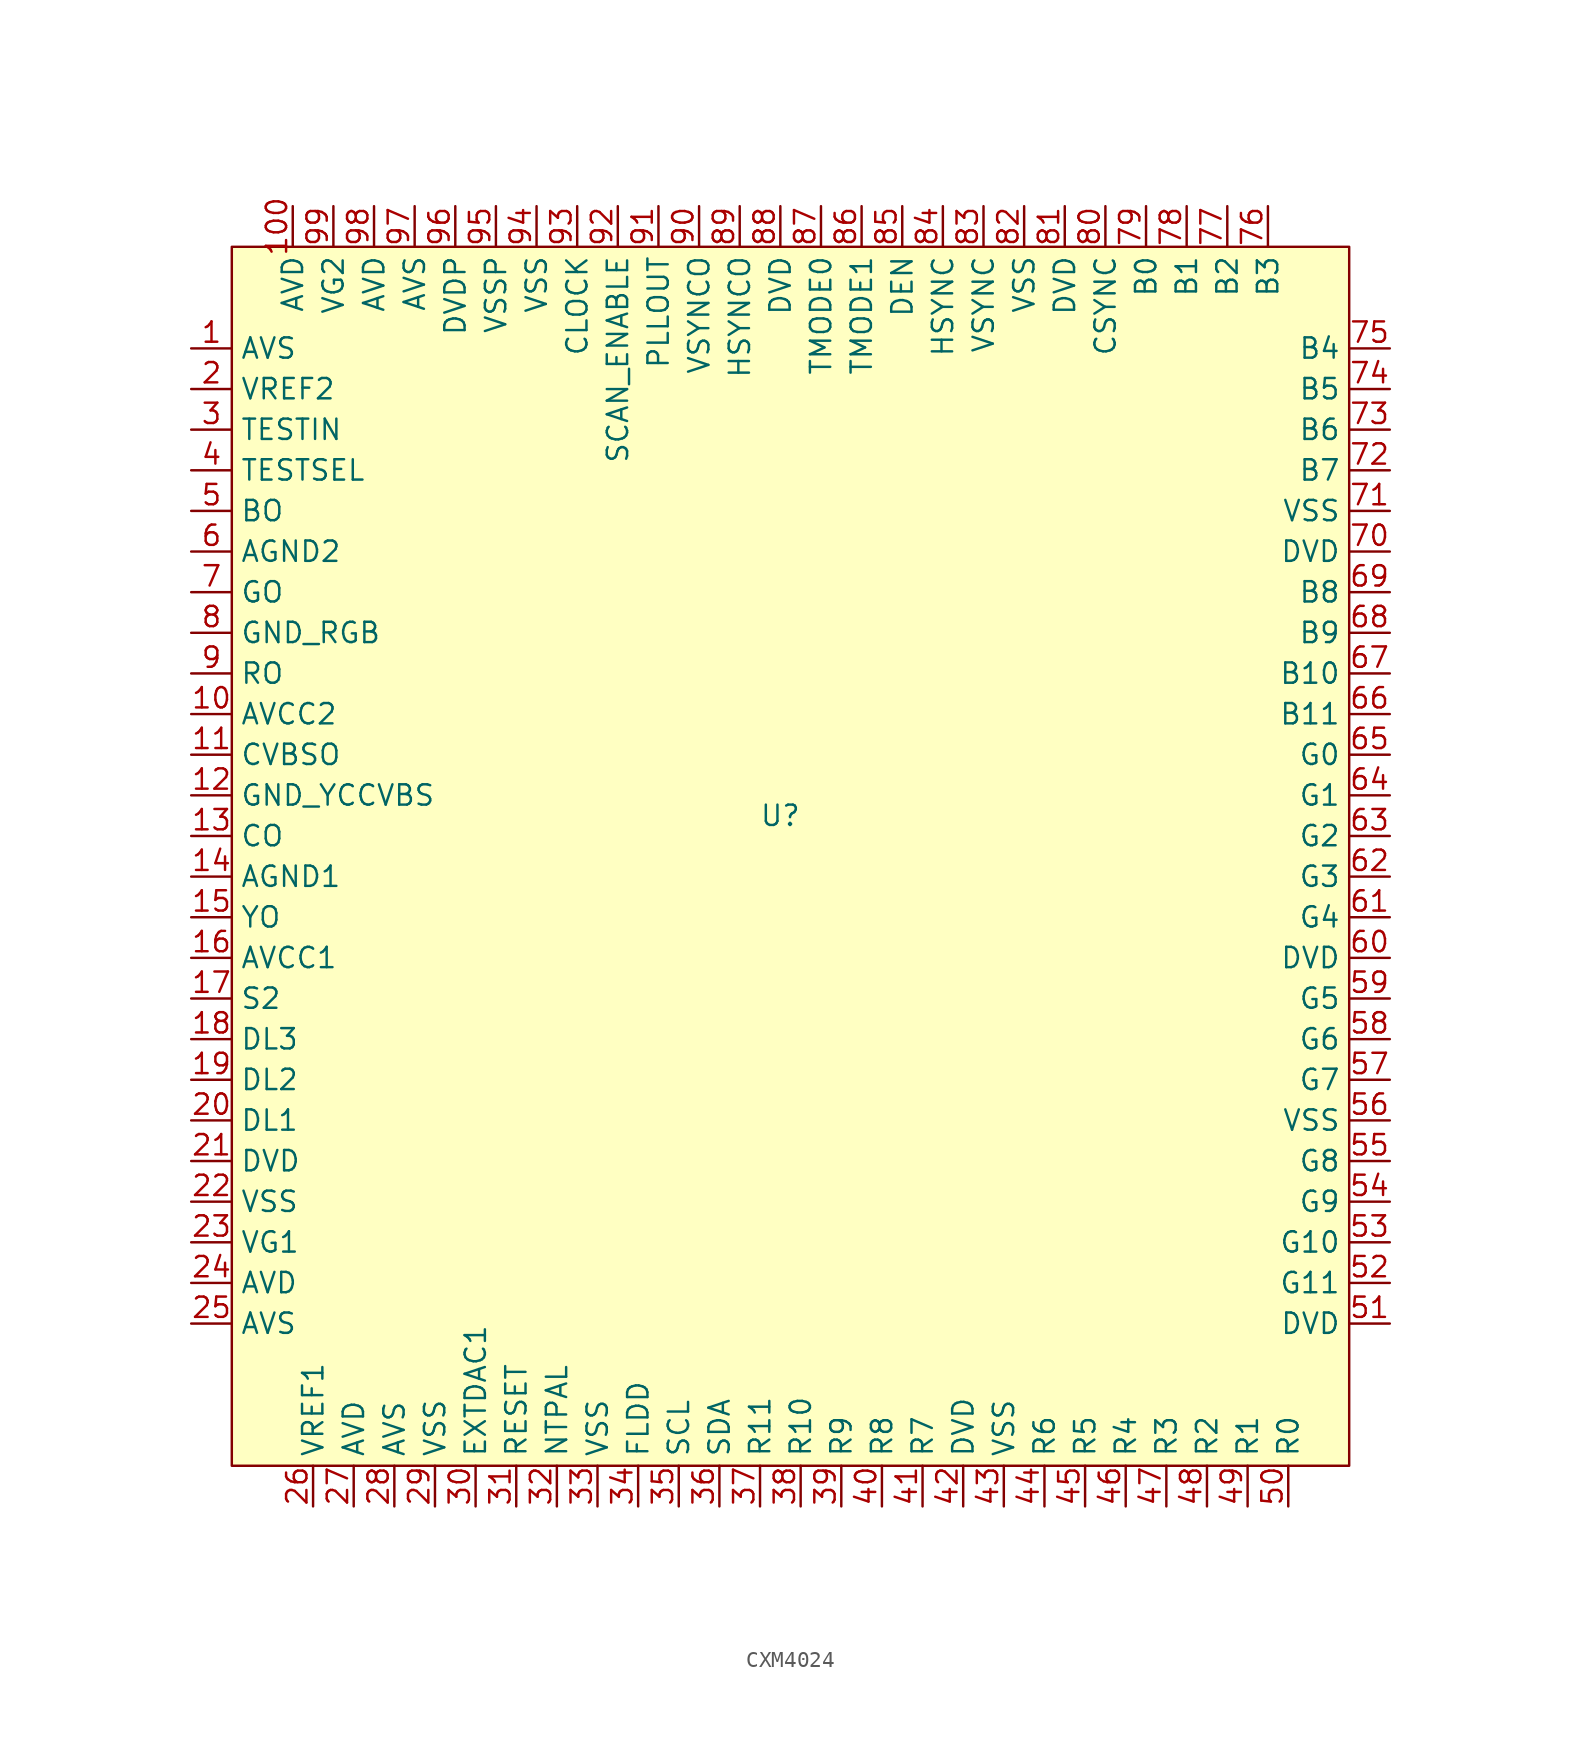
<source format=kicad_sym>
(kicad_symbol_lib
  (version 20231120)
  (generator "kicad_symbol_editor")
  (generator_version "8.0")
  (symbol "CXM4024"
    (property "Reference" "U"
      (at 0 0 0)
      (effects (font (size 1.27 1.27))))
    (property "Value" ""
      (at -36.83 29.21 0)
      (effects (font (size 1.27 1.27))))
    (symbol "CXM4024_0_0"
      (pin unspecified line (at -36.83 29.21 0) (length 2.54) (name "AVS" (effects (font (size 1.27 1.27)))) (number "1" (effects (font (size 1.27 1.27)))))
      (pin unspecified line (at -36.83 6.35 0) (length 2.54) (name "AVCC2" (effects (font (size 1.27 1.27)))) (number "10" (effects (font (size 1.27 1.27)))))
      (pin unspecified line (at -30.48 38.1 270) (length 2.54) (name "AVD" (effects (font (size 1.27 1.27)))) (number "100" (effects (font (size 1.27 1.27)))))
      (pin unspecified line (at -36.83 3.81 0) (length 2.54) (name "CVBSO" (effects (font (size 1.27 1.27)))) (number "11" (effects (font (size 1.27 1.27)))))
      (pin unspecified line (at -36.83 1.27 0) (length 2.54) (name "GND_YCCVBS" (effects (font (size 1.27 1.27)))) (number "12" (effects (font (size 1.27 1.27)))))
      (pin unspecified line (at -36.83 -1.27 0) (length 2.54) (name "CO" (effects (font (size 1.27 1.27)))) (number "13" (effects (font (size 1.27 1.27)))))
      (pin unspecified line (at -36.83 -3.81 0) (length 2.54) (name "AGND1" (effects (font (size 1.27 1.27)))) (number "14" (effects (font (size 1.27 1.27)))))
      (pin unspecified line (at -36.83 -6.35 0) (length 2.54) (name "YO" (effects (font (size 1.27 1.27)))) (number "15" (effects (font (size 1.27 1.27)))))
      (pin unspecified line (at -36.83 -8.89 0) (length 2.54) (name "AVCC1" (effects (font (size 1.27 1.27)))) (number "16" (effects (font (size 1.27 1.27)))))
      (pin unspecified line (at -36.83 -11.43 0) (length 2.54) (name "S2" (effects (font (size 1.27 1.27)))) (number "17" (effects (font (size 1.27 1.27)))))
      (pin unspecified line (at -36.83 -13.97 0) (length 2.54) (name "DL3" (effects (font (size 1.27 1.27)))) (number "18" (effects (font (size 1.27 1.27)))))
      (pin unspecified line (at -36.83 -16.51 0) (length 2.54) (name "DL2" (effects (font (size 1.27 1.27)))) (number "19" (effects (font (size 1.27 1.27)))))
      (pin unspecified line (at -36.83 26.67 0) (length 2.54) (name "VREF2" (effects (font (size 1.27 1.27)))) (number "2" (effects (font (size 1.27 1.27)))))
      (pin unspecified line (at -36.83 -19.05 0) (length 2.54) (name "DL1" (effects (font (size 1.27 1.27)))) (number "20" (effects (font (size 1.27 1.27)))))
      (pin unspecified line (at -36.83 -21.59 0) (length 2.54) (name "DVD" (effects (font (size 1.27 1.27)))) (number "21" (effects (font (size 1.27 1.27)))))
      (pin unspecified line (at -36.83 -24.13 0) (length 2.54) (name "VSS" (effects (font (size 1.27 1.27)))) (number "22" (effects (font (size 1.27 1.27)))))
      (pin unspecified line (at -36.83 -26.67 0) (length 2.54) (name "VG1" (effects (font (size 1.27 1.27)))) (number "23" (effects (font (size 1.27 1.27)))))
      (pin unspecified line (at -36.83 -29.21 0) (length 2.54) (name "AVD" (effects (font (size 1.27 1.27)))) (number "24" (effects (font (size 1.27 1.27)))))
      (pin unspecified line (at -36.83 -31.75 0) (length 2.54) (name "AVS" (effects (font (size 1.27 1.27)))) (number "25" (effects (font (size 1.27 1.27)))))
      (pin unspecified line (at -29.21 -43.18 90) (length 2.54) (name "VREF1" (effects (font (size 1.27 1.27)))) (number "26" (effects (font (size 1.27 1.27)))))
      (pin unspecified line (at -26.67 -43.18 90) (length 2.54) (name "AVD" (effects (font (size 1.27 1.27)))) (number "27" (effects (font (size 1.27 1.27)))))
      (pin unspecified line (at -24.13 -43.18 90) (length 2.54) (name "AVS" (effects (font (size 1.27 1.27)))) (number "28" (effects (font (size 1.27 1.27)))))
      (pin unspecified line (at -21.59 -43.18 90) (length 2.54) (name "VSS" (effects (font (size 1.27 1.27)))) (number "29" (effects (font (size 1.27 1.27)))))
      (pin unspecified line (at -36.83 24.13 0) (length 2.54) (name "TESTIN" (effects (font (size 1.27 1.27)))) (number "3" (effects (font (size 1.27 1.27)))))
      (pin unspecified line (at -19.05 -43.18 90) (length 2.54) (name "EXTDAC1" (effects (font (size 1.27 1.27)))) (number "30" (effects (font (size 1.27 1.27)))))
      (pin unspecified line (at -16.51 -43.18 90) (length 2.54) (name "RESET" (effects (font (size 1.27 1.27)))) (number "31" (effects (font (size 1.27 1.27)))))
      (pin unspecified line (at -13.97 -43.18 90) (length 2.54) (name "NTPAL" (effects (font (size 1.27 1.27)))) (number "32" (effects (font (size 1.27 1.27)))))
      (pin unspecified line (at -11.43 -43.18 90) (length 2.54) (name "VSS" (effects (font (size 1.27 1.27)))) (number "33" (effects (font (size 1.27 1.27)))))
      (pin unspecified line (at -8.89 -43.18 90) (length 2.54) (name "FLDD" (effects (font (size 1.27 1.27)))) (number "34" (effects (font (size 1.27 1.27)))))
      (pin unspecified line (at -6.35 -43.18 90) (length 2.54) (name "SCL" (effects (font (size 1.27 1.27)))) (number "35" (effects (font (size 1.27 1.27)))))
      (pin unspecified line (at -3.81 -43.18 90) (length 2.54) (name "SDA" (effects (font (size 1.27 1.27)))) (number "36" (effects (font (size 1.27 1.27)))))
      (pin unspecified line (at -1.27 -43.18 90) (length 2.54) (name "R11" (effects (font (size 1.27 1.27)))) (number "37" (effects (font (size 1.27 1.27)))))
      (pin unspecified line (at 1.27 -43.18 90) (length 2.54) (name "R10" (effects (font (size 1.27 1.27)))) (number "38" (effects (font (size 1.27 1.27)))))
      (pin unspecified line (at 3.81 -43.18 90) (length 2.54) (name "R9" (effects (font (size 1.27 1.27)))) (number "39" (effects (font (size 1.27 1.27)))))
      (pin unspecified line (at -36.83 21.59 0) (length 2.54) (name "TESTSEL" (effects (font (size 1.27 1.27)))) (number "4" (effects (font (size 1.27 1.27)))))
      (pin unspecified line (at 6.35 -43.18 90) (length 2.54) (name "R8" (effects (font (size 1.27 1.27)))) (number "40" (effects (font (size 1.27 1.27)))))
      (pin unspecified line (at 8.89 -43.18 90) (length 2.54) (name "R7" (effects (font (size 1.27 1.27)))) (number "41" (effects (font (size 1.27 1.27)))))
      (pin unspecified line (at 11.43 -43.18 90) (length 2.54) (name "DVD" (effects (font (size 1.27 1.27)))) (number "42" (effects (font (size 1.27 1.27)))))
      (pin unspecified line (at 13.97 -43.18 90) (length 2.54) (name "VSS" (effects (font (size 1.27 1.27)))) (number "43" (effects (font (size 1.27 1.27)))))
      (pin unspecified line (at 16.51 -43.18 90) (length 2.54) (name "R6" (effects (font (size 1.27 1.27)))) (number "44" (effects (font (size 1.27 1.27)))))
      (pin unspecified line (at 19.05 -43.18 90) (length 2.54) (name "R5" (effects (font (size 1.27 1.27)))) (number "45" (effects (font (size 1.27 1.27)))))
      (pin unspecified line (at 21.59 -43.18 90) (length 2.54) (name "R4" (effects (font (size 1.27 1.27)))) (number "46" (effects (font (size 1.27 1.27)))))
      (pin unspecified line (at 24.13 -43.18 90) (length 2.54) (name "R3" (effects (font (size 1.27 1.27)))) (number "47" (effects (font (size 1.27 1.27)))))
      (pin unspecified line (at 26.67 -43.18 90) (length 2.54) (name "R2" (effects (font (size 1.27 1.27)))) (number "48" (effects (font (size 1.27 1.27)))))
      (pin unspecified line (at 29.21 -43.18 90) (length 2.54) (name "R1" (effects (font (size 1.27 1.27)))) (number "49" (effects (font (size 1.27 1.27)))))
      (pin unspecified line (at -36.83 19.05 0) (length 2.54) (name "BO" (effects (font (size 1.27 1.27)))) (number "5" (effects (font (size 1.27 1.27)))))
      (pin unspecified line (at 31.75 -43.18 90) (length 2.54) (name "R0" (effects (font (size 1.27 1.27)))) (number "50" (effects (font (size 1.27 1.27)))))
      (pin unspecified line (at 38.1 -31.75 180) (length 2.54) (name "DVD" (effects (font (size 1.27 1.27)))) (number "51" (effects (font (size 1.27 1.27)))))
      (pin unspecified line (at 38.1 -29.21 180) (length 2.54) (name "G11" (effects (font (size 1.27 1.27)))) (number "52" (effects (font (size 1.27 1.27)))))
      (pin unspecified line (at 38.1 -26.67 180) (length 2.54) (name "G10" (effects (font (size 1.27 1.27)))) (number "53" (effects (font (size 1.27 1.27)))))
      (pin unspecified line (at 38.1 -24.13 180) (length 2.54) (name "G9" (effects (font (size 1.27 1.27)))) (number "54" (effects (font (size 1.27 1.27)))))
      (pin unspecified line (at 38.1 -21.59 180) (length 2.54) (name "G8" (effects (font (size 1.27 1.27)))) (number "55" (effects (font (size 1.27 1.27)))))
      (pin unspecified line (at 38.1 -19.05 180) (length 2.54) (name "VSS" (effects (font (size 1.27 1.27)))) (number "56" (effects (font (size 1.27 1.27)))))
      (pin unspecified line (at 38.1 -16.51 180) (length 2.54) (name "G7" (effects (font (size 1.27 1.27)))) (number "57" (effects (font (size 1.27 1.27)))))
      (pin unspecified line (at 38.1 -13.97 180) (length 2.54) (name "G6" (effects (font (size 1.27 1.27)))) (number "58" (effects (font (size 1.27 1.27)))))
      (pin unspecified line (at 38.1 -11.43 180) (length 2.54) (name "G5" (effects (font (size 1.27 1.27)))) (number "59" (effects (font (size 1.27 1.27)))))
      (pin unspecified line (at -36.83 16.51 0) (length 2.54) (name "AGND2" (effects (font (size 1.27 1.27)))) (number "6" (effects (font (size 1.27 1.27)))))
      (pin unspecified line (at 38.1 -8.89 180) (length 2.54) (name "DVD" (effects (font (size 1.27 1.27)))) (number "60" (effects (font (size 1.27 1.27)))))
      (pin unspecified line (at 38.1 -6.35 180) (length 2.54) (name "G4" (effects (font (size 1.27 1.27)))) (number "61" (effects (font (size 1.27 1.27)))))
      (pin unspecified line (at 38.1 -3.81 180) (length 2.54) (name "G3" (effects (font (size 1.27 1.27)))) (number "62" (effects (font (size 1.27 1.27)))))
      (pin unspecified line (at 38.1 -1.27 180) (length 2.54) (name "G2" (effects (font (size 1.27 1.27)))) (number "63" (effects (font (size 1.27 1.27)))))
      (pin unspecified line (at 38.1 1.27 180) (length 2.54) (name "G1" (effects (font (size 1.27 1.27)))) (number "64" (effects (font (size 1.27 1.27)))))
      (pin unspecified line (at 38.1 3.81 180) (length 2.54) (name "G0" (effects (font (size 1.27 1.27)))) (number "65" (effects (font (size 1.27 1.27)))))
      (pin unspecified line (at 38.1 6.35 180) (length 2.54) (name "B11" (effects (font (size 1.27 1.27)))) (number "66" (effects (font (size 1.27 1.27)))))
      (pin unspecified line (at 38.1 8.89 180) (length 2.54) (name "B10" (effects (font (size 1.27 1.27)))) (number "67" (effects (font (size 1.27 1.27)))))
      (pin unspecified line (at 38.1 11.43 180) (length 2.54) (name "B9" (effects (font (size 1.27 1.27)))) (number "68" (effects (font (size 1.27 1.27)))))
      (pin unspecified line (at 38.1 13.97 180) (length 2.54) (name "B8" (effects (font (size 1.27 1.27)))) (number "69" (effects (font (size 1.27 1.27)))))
      (pin unspecified line (at -36.83 13.97 0) (length 2.54) (name "GO" (effects (font (size 1.27 1.27)))) (number "7" (effects (font (size 1.27 1.27)))))
      (pin unspecified line (at 38.1 16.51 180) (length 2.54) (name "DVD" (effects (font (size 1.27 1.27)))) (number "70" (effects (font (size 1.27 1.27)))))
      (pin unspecified line (at 38.1 19.05 180) (length 2.54) (name "VSS" (effects (font (size 1.27 1.27)))) (number "71" (effects (font (size 1.27 1.27)))))
      (pin unspecified line (at 38.1 21.59 180) (length 2.54) (name "B7" (effects (font (size 1.27 1.27)))) (number "72" (effects (font (size 1.27 1.27)))))
      (pin unspecified line (at 38.1 24.13 180) (length 2.54) (name "B6" (effects (font (size 1.27 1.27)))) (number "73" (effects (font (size 1.27 1.27)))))
      (pin unspecified line (at 38.1 26.67 180) (length 2.54) (name "B5" (effects (font (size 1.27 1.27)))) (number "74" (effects (font (size 1.27 1.27)))))
      (pin unspecified line (at 38.1 29.21 180) (length 2.54) (name "B4" (effects (font (size 1.27 1.27)))) (number "75" (effects (font (size 1.27 1.27)))))
      (pin unspecified line (at 30.48 38.1 270) (length 2.54) (name "B3" (effects (font (size 1.27 1.27)))) (number "76" (effects (font (size 1.27 1.27)))))
      (pin unspecified line (at 27.94 38.1 270) (length 2.54) (name "B2" (effects (font (size 1.27 1.27)))) (number "77" (effects (font (size 1.27 1.27)))))
      (pin unspecified line (at 25.4 38.1 270) (length 2.54) (name "B1" (effects (font (size 1.27 1.27)))) (number "78" (effects (font (size 1.27 1.27)))))
      (pin unspecified line (at 22.86 38.1 270) (length 2.54) (name "B0" (effects (font (size 1.27 1.27)))) (number "79" (effects (font (size 1.27 1.27)))))
      (pin unspecified line (at -36.83 11.43 0) (length 2.54) (name "GND_RGB" (effects (font (size 1.27 1.27)))) (number "8" (effects (font (size 1.27 1.27)))))
      (pin unspecified line (at 20.32 38.1 270) (length 2.54) (name "CSYNC" (effects (font (size 1.27 1.27)))) (number "80" (effects (font (size 1.27 1.27)))))
      (pin unspecified line (at 17.78 38.1 270) (length 2.54) (name "DVD" (effects (font (size 1.27 1.27)))) (number "81" (effects (font (size 1.27 1.27)))))
      (pin unspecified line (at 15.24 38.1 270) (length 2.54) (name "VSS" (effects (font (size 1.27 1.27)))) (number "82" (effects (font (size 1.27 1.27)))))
      (pin unspecified line (at 12.7 38.1 270) (length 2.54) (name "VSYNC" (effects (font (size 1.27 1.27)))) (number "83" (effects (font (size 1.27 1.27)))))
      (pin unspecified line (at 10.16 38.1 270) (length 2.54) (name "HSYNC" (effects (font (size 1.27 1.27)))) (number "84" (effects (font (size 1.27 1.27)))))
      (pin unspecified line (at 7.62 38.1 270) (length 2.54) (name "DEN" (effects (font (size 1.27 1.27)))) (number "85" (effects (font (size 1.27 1.27)))))
      (pin unspecified line (at 5.08 38.1 270) (length 2.54) (name "TMODE1" (effects (font (size 1.27 1.27)))) (number "86" (effects (font (size 1.27 1.27)))))
      (pin unspecified line (at 2.54 38.1 270) (length 2.54) (name "TMODE0" (effects (font (size 1.27 1.27)))) (number "87" (effects (font (size 1.27 1.27)))))
      (pin unspecified line (at 0 38.1 270) (length 2.54) (name "DVD" (effects (font (size 1.27 1.27)))) (number "88" (effects (font (size 1.27 1.27)))))
      (pin unspecified line (at -2.54 38.1 270) (length 2.54) (name "HSYNCO" (effects (font (size 1.27 1.27)))) (number "89" (effects (font (size 1.27 1.27)))))
      (pin unspecified line (at -36.83 8.89 0) (length 2.54) (name "RO" (effects (font (size 1.27 1.27)))) (number "9" (effects (font (size 1.27 1.27)))))
      (pin unspecified line (at -5.08 38.1 270) (length 2.54) (name "VSYNCO" (effects (font (size 1.27 1.27)))) (number "90" (effects (font (size 1.27 1.27)))))
      (pin unspecified line (at -7.62 38.1 270) (length 2.54) (name "PLLOUT" (effects (font (size 1.27 1.27)))) (number "91" (effects (font (size 1.27 1.27)))))
      (pin unspecified line (at -10.16 38.1 270) (length 2.54) (name "SCAN_ENABLE" (effects (font (size 1.27 1.27)))) (number "92" (effects (font (size 1.27 1.27)))))
      (pin unspecified line (at -12.7 38.1 270) (length 2.54) (name "CLOCK" (effects (font (size 1.27 1.27)))) (number "93" (effects (font (size 1.27 1.27)))))
      (pin unspecified line (at -15.24 38.1 270) (length 2.54) (name "VSS" (effects (font (size 1.27 1.27)))) (number "94" (effects (font (size 1.27 1.27)))))
      (pin unspecified line (at -17.78 38.1 270) (length 2.54) (name "VSSP" (effects (font (size 1.27 1.27)))) (number "95" (effects (font (size 1.27 1.27)))))
      (pin unspecified line (at -20.32 38.1 270) (length 2.54) (name "DVDP" (effects (font (size 1.27 1.27)))) (number "96" (effects (font (size 1.27 1.27)))))
      (pin unspecified line (at -22.86 38.1 270) (length 2.54) (name "AVS" (effects (font (size 1.27 1.27)))) (number "97" (effects (font (size 1.27 1.27)))))
      (pin unspecified line (at -25.4 38.1 270) (length 2.54) (name "AVD" (effects (font (size 1.27 1.27)))) (number "98" (effects (font (size 1.27 1.27)))))
      (pin unspecified line (at -27.94 38.1 270) (length 2.54) (name "VG2" (effects (font (size 1.27 1.27)))) (number "99" (effects (font (size 1.27 1.27))))))
    (symbol "CXM4024_1_1"
      (rectangle (start -34.29 35.56) (end 35.56 -40.64) (stroke (width 0) (type default)) (fill (type background))))))
</source>
